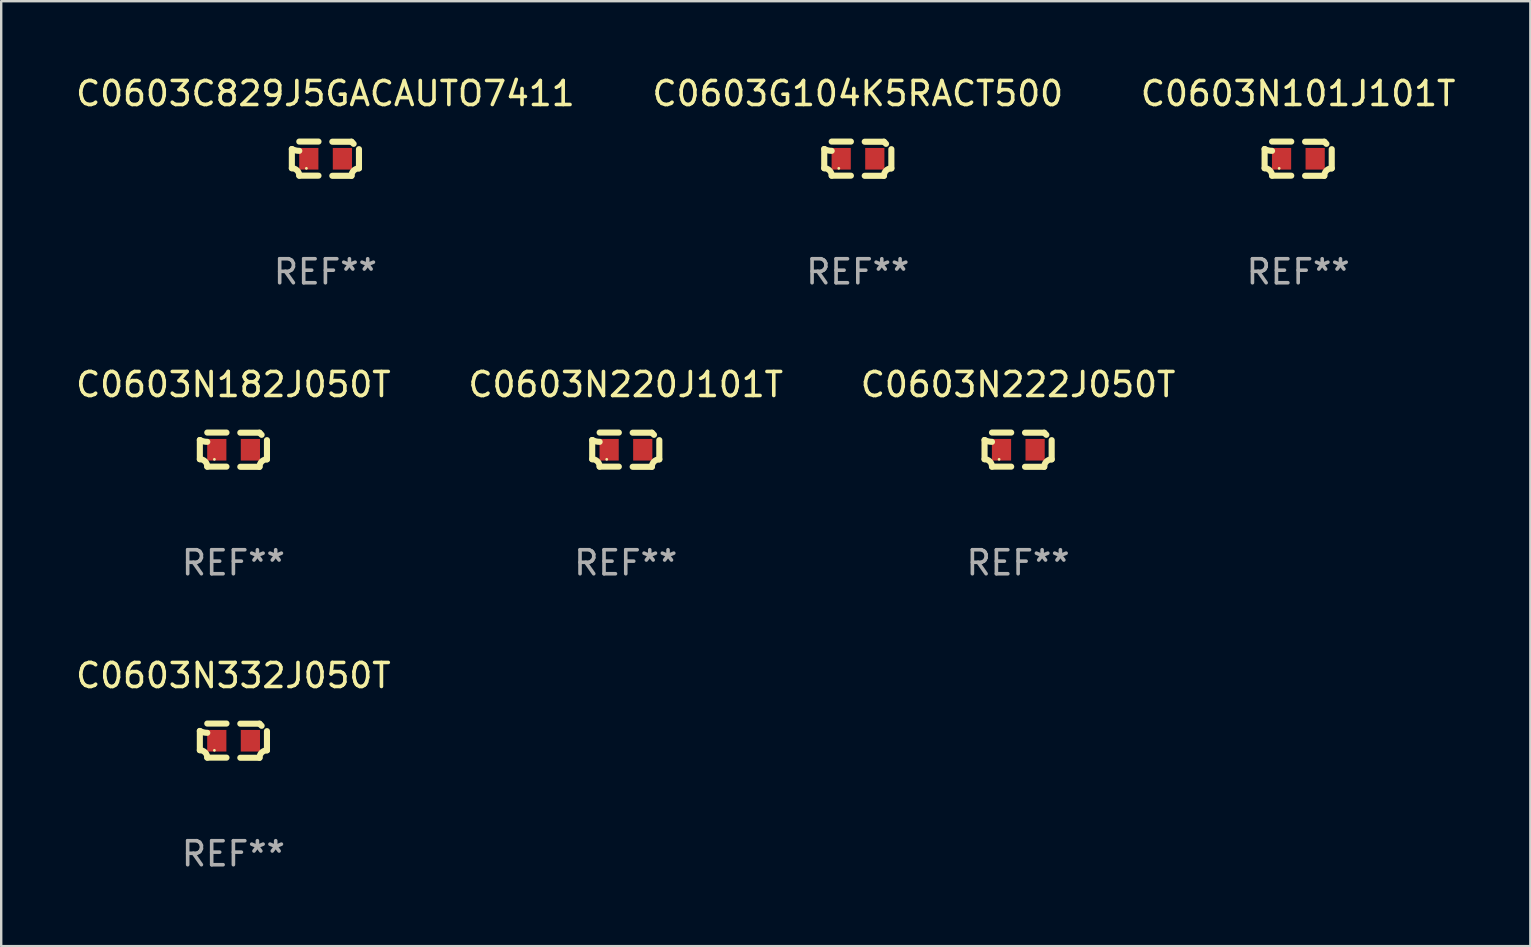
<source format=kicad_pcb>
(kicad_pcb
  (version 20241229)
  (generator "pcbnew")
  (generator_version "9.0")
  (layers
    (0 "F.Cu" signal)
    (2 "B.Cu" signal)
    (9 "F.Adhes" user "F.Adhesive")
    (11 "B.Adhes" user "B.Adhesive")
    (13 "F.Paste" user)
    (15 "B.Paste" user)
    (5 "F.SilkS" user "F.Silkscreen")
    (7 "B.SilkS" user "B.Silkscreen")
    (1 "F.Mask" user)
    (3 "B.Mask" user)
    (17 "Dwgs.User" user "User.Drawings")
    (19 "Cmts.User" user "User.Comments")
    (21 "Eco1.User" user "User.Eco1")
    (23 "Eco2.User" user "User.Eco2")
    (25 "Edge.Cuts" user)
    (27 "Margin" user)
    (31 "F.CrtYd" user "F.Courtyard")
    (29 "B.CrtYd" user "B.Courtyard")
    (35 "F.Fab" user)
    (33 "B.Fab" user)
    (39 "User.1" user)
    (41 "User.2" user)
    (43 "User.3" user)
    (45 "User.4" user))
  (footprint "C0603C829J5GACAUTO7411"
    (layer "F.Cu")
    (at 10.506 3.561)
    (property "Reference" "C0603C829J5GACAUTO7411" (at 0 -2.713 0) (layer "F.SilkS") (effects (font (size 1 1) (thickness 0.15))))
    (attr through_hole)
    (fp_line (start -1.398 -0.403) (end -1.398 0.397) (stroke (width 0.254) (type solid)) (layer "F.SilkS"))
    (fp_line (start -0.288 -0.713) (end -1.088 -0.713) (stroke (width 0.254) (type solid)) (layer "F.SilkS"))
    (fp_line (start -0.288 0.707) (end -1.088 0.707) (stroke (width 0.254) (type solid)) (layer "F.SilkS"))
    (fp_line (start 0.288 -0.707) (end 1.088 -0.707) (stroke (width 0.254) (type solid)) (layer "F.SilkS"))
    (fp_line (start 0.288 0.713) (end 1.088 0.713) (stroke (width 0.254) (type solid)) (layer "F.SilkS"))
    (fp_line (start 1.398 -0.397) (end 1.398 0.403) (stroke (width 0.254) (type solid)) (layer "F.SilkS"))
    (fp_arc (start -1.397789 0.397066) (mid -1.178701 0.487826) (end -1.08796 0.706922) (stroke (width 0.254001) (type solid)) (layer "F.SilkS"))
    (fp_arc (start -1.08796 -0.327176) (mid -1.247436 -0.346384) (end -1.39779 -0.402908) (stroke (width 0.254001) (type solid)) (layer "F.SilkS"))
    (fp_arc (start 1.087909 0.712738) (mid 1.178656 0.493655) (end 1.397739 0.402908) (stroke (width 0.254001) (type solid)) (layer "F.SilkS"))
    (fp_arc (start 1.175925 -0.618926) (mid 1.131917 -0.662923) (end 1.08791 -0.706922) (stroke (width 0.254001) (type solid)) (layer "F.SilkS"))
    (fp_circle (center -0.792 0.403) (end -0.762 0.403) (stroke (width 0.06) (type solid)) (fill no) (layer "F.SilkS"))
    (fp_text user "REF**" (at 0 4.713 0) (layer "F.Fab") (effects (font (size 1 1) (thickness 0.15))))
    (pad "1" smd rect (at -0.692 0.003) (size 0.8 0.9) (layers "F.Cu" "F.Mask" "F.Paste"))
    (pad "2" smd rect (at 0.708 0.003) (size 0.8 0.9) (layers "F.Cu" "F.Mask" "F.Paste")))
  (footprint "C0603N332J050T"
    (layer "F.Cu")
    (at 6.673 27.805)
    (property "Reference" "C0603N332J050T" (at 0 -2.713 0) (layer "F.SilkS") (effects (font (size 1 1) (thickness 0.15))))
    (attr through_hole)
    (fp_line (start -1.398 -0.403) (end -1.398 0.397) (stroke (width 0.254) (type solid)) (layer "F.SilkS"))
    (fp_line (start -0.288 -0.713) (end -1.088 -0.713) (stroke (width 0.254) (type solid)) (layer "F.SilkS"))
    (fp_line (start -0.288 0.707) (end -1.088 0.707) (stroke (width 0.254) (type solid)) (layer "F.SilkS"))
    (fp_line (start 0.288 -0.707) (end 1.088 -0.707) (stroke (width 0.254) (type solid)) (layer "F.SilkS"))
    (fp_line (start 0.288 0.713) (end 1.088 0.713) (stroke (width 0.254) (type solid)) (layer "F.SilkS"))
    (fp_line (start 1.398 -0.397) (end 1.398 0.403) (stroke (width 0.254) (type solid)) (layer "F.SilkS"))
    (fp_arc (start -1.397789 0.397066) (mid -1.178701 0.487826) (end -1.08796 0.706922) (stroke (width 0.254001) (type solid)) (layer "F.SilkS"))
    (fp_arc (start -1.08796 -0.327176) (mid -1.247436 -0.346384) (end -1.39779 -0.402908) (stroke (width 0.254001) (type solid)) (layer "F.SilkS"))
    (fp_arc (start 1.087909 0.712738) (mid 1.178656 0.493655) (end 1.397739 0.402908) (stroke (width 0.254001) (type solid)) (layer "F.SilkS"))
    (fp_arc (start 1.175925 -0.618926) (mid 1.131917 -0.662923) (end 1.08791 -0.706922) (stroke (width 0.254001) (type solid)) (layer "F.SilkS"))
    (fp_circle (center -0.792 0.403) (end -0.762 0.403) (stroke (width 0.06) (type solid)) (fill no) (layer "F.SilkS"))
    (fp_text user "REF**" (at 0 4.713 0) (layer "F.Fab") (effects (font (size 1 1) (thickness 0.15))))
    (pad "1" smd rect (at -0.692 0.003) (size 0.8 0.9) (layers "F.Cu" "F.Mask" "F.Paste"))
    (pad "2" smd rect (at 0.708 0.003) (size 0.8 0.9) (layers "F.Cu" "F.Mask" "F.Paste")))
  (footprint "C0603G104K5RACT500"
    (layer "F.Cu")
    (at 32.685 3.561)
    (property "Reference" "C0603G104K5RACT500" (at 0 -2.713 0) (layer "F.SilkS") (effects (font (size 1 1) (thickness 0.15))))
    (attr through_hole)
    (fp_line (start -1.398 -0.403) (end -1.398 0.397) (stroke (width 0.254) (type solid)) (layer "F.SilkS"))
    (fp_line (start -0.288 -0.713) (end -1.088 -0.713) (stroke (width 0.254) (type solid)) (layer "F.SilkS"))
    (fp_line (start -0.288 0.707) (end -1.088 0.707) (stroke (width 0.254) (type solid)) (layer "F.SilkS"))
    (fp_line (start 0.288 -0.707) (end 1.088 -0.707) (stroke (width 0.254) (type solid)) (layer "F.SilkS"))
    (fp_line (start 0.288 0.713) (end 1.088 0.713) (stroke (width 0.254) (type solid)) (layer "F.SilkS"))
    (fp_line (start 1.398 -0.397) (end 1.398 0.403) (stroke (width 0.254) (type solid)) (layer "F.SilkS"))
    (fp_arc (start -1.397789 0.397066) (mid -1.178701 0.487826) (end -1.08796 0.706922) (stroke (width 0.254001) (type solid)) (layer "F.SilkS"))
    (fp_arc (start -1.08796 -0.327176) (mid -1.247436 -0.346384) (end -1.39779 -0.402908) (stroke (width 0.254001) (type solid)) (layer "F.SilkS"))
    (fp_arc (start 1.087909 0.712738) (mid 1.178656 0.493655) (end 1.397739 0.402908) (stroke (width 0.254001) (type solid)) (layer "F.SilkS"))
    (fp_arc (start 1.175925 -0.618926) (mid 1.131917 -0.662923) (end 1.08791 -0.706922) (stroke (width 0.254001) (type solid)) (layer "F.SilkS"))
    (fp_circle (center -0.792 0.403) (end -0.762 0.403) (stroke (width 0.06) (type solid)) (fill no) (layer "F.SilkS"))
    (fp_text user "REF**" (at 0 4.713 0) (layer "F.Fab") (effects (font (size 1 1) (thickness 0.15))))
    (pad "1" smd rect (at -0.692 0.003) (size 0.8 0.9) (layers "F.Cu" "F.Mask" "F.Paste"))
    (pad "2" smd rect (at 0.708 0.003) (size 0.8 0.9) (layers "F.Cu" "F.Mask" "F.Paste")))
  (footprint "C0603N222J050T"
    (layer "F.Cu")
    (at 39.363 15.683)
    (property "Reference" "C0603N222J050T" (at 0 -2.713 0) (layer "F.SilkS") (effects (font (size 1 1) (thickness 0.15))))
    (attr through_hole)
    (fp_line (start -1.398 -0.403) (end -1.398 0.397) (stroke (width 0.254) (type solid)) (layer "F.SilkS"))
    (fp_line (start -0.288 -0.713) (end -1.088 -0.713) (stroke (width 0.254) (type solid)) (layer "F.SilkS"))
    (fp_line (start -0.288 0.707) (end -1.088 0.707) (stroke (width 0.254) (type solid)) (layer "F.SilkS"))
    (fp_line (start 0.288 -0.707) (end 1.088 -0.707) (stroke (width 0.254) (type solid)) (layer "F.SilkS"))
    (fp_line (start 0.288 0.713) (end 1.088 0.713) (stroke (width 0.254) (type solid)) (layer "F.SilkS"))
    (fp_line (start 1.398 -0.397) (end 1.398 0.403) (stroke (width 0.254) (type solid)) (layer "F.SilkS"))
    (fp_arc (start -1.397789 0.397066) (mid -1.178701 0.487826) (end -1.08796 0.706922) (stroke (width 0.254001) (type solid)) (layer "F.SilkS"))
    (fp_arc (start -1.08796 -0.327176) (mid -1.247436 -0.346384) (end -1.39779 -0.402908) (stroke (width 0.254001) (type solid)) (layer "F.SilkS"))
    (fp_arc (start 1.087909 0.712738) (mid 1.178656 0.493655) (end 1.397739 0.402908) (stroke (width 0.254001) (type solid)) (layer "F.SilkS"))
    (fp_arc (start 1.175925 -0.618926) (mid 1.131917 -0.662923) (end 1.08791 -0.706922) (stroke (width 0.254001) (type solid)) (layer "F.SilkS"))
    (fp_circle (center -0.792 0.403) (end -0.762 0.403) (stroke (width 0.06) (type solid)) (fill no) (layer "F.SilkS"))
    (fp_text user "REF**" (at 0 4.713 0) (layer "F.Fab") (effects (font (size 1 1) (thickness 0.15))))
    (pad "1" smd rect (at -0.692 0.003) (size 0.8 0.9) (layers "F.Cu" "F.Mask" "F.Paste"))
    (pad "2" smd rect (at 0.708 0.003) (size 0.8 0.9) (layers "F.Cu" "F.Mask" "F.Paste")))
  (footprint "C0603N101J101T"
    (layer "F.Cu")
    (at 51.03 3.561)
    (property "Reference" "C0603N101J101T" (at 0 -2.713 0) (layer "F.SilkS") (effects (font (size 1 1) (thickness 0.15))))
    (attr through_hole)
    (fp_line (start -1.398 -0.403) (end -1.398 0.397) (stroke (width 0.254) (type solid)) (layer "F.SilkS"))
    (fp_line (start -0.288 -0.713) (end -1.088 -0.713) (stroke (width 0.254) (type solid)) (layer "F.SilkS"))
    (fp_line (start -0.288 0.707) (end -1.088 0.707) (stroke (width 0.254) (type solid)) (layer "F.SilkS"))
    (fp_line (start 0.288 -0.707) (end 1.088 -0.707) (stroke (width 0.254) (type solid)) (layer "F.SilkS"))
    (fp_line (start 0.288 0.713) (end 1.088 0.713) (stroke (width 0.254) (type solid)) (layer "F.SilkS"))
    (fp_line (start 1.398 -0.397) (end 1.398 0.403) (stroke (width 0.254) (type solid)) (layer "F.SilkS"))
    (fp_arc (start -1.397789 0.397066) (mid -1.178701 0.487826) (end -1.08796 0.706922) (stroke (width 0.254001) (type solid)) (layer "F.SilkS"))
    (fp_arc (start -1.08796 -0.327176) (mid -1.247436 -0.346384) (end -1.39779 -0.402908) (stroke (width 0.254001) (type solid)) (layer "F.SilkS"))
    (fp_arc (start 1.087909 0.712738) (mid 1.178656 0.493655) (end 1.397739 0.402908) (stroke (width 0.254001) (type solid)) (layer "F.SilkS"))
    (fp_arc (start 1.175925 -0.618926) (mid 1.131917 -0.662923) (end 1.08791 -0.706922) (stroke (width 0.254001) (type solid)) (layer "F.SilkS"))
    (fp_circle (center -0.792 0.403) (end -0.762 0.403) (stroke (width 0.06) (type solid)) (fill no) (layer "F.SilkS"))
    (fp_text user "REF**" (at 0 4.713 0) (layer "F.Fab") (effects (font (size 1 1) (thickness 0.15))))
    (pad "1" smd rect (at -0.692 0.003) (size 0.8 0.9) (layers "F.Cu" "F.Mask" "F.Paste"))
    (pad "2" smd rect (at 0.708 0.003) (size 0.8 0.9) (layers "F.Cu" "F.Mask" "F.Paste")))
  (footprint "C0603N220J101T"
    (layer "F.Cu")
    (at 23.018 15.683)
    (property "Reference" "C0603N220J101T" (at 0 -2.713 0) (layer "F.SilkS") (effects (font (size 1 1) (thickness 0.15))))
    (attr through_hole)
    (fp_line (start -1.398 -0.403) (end -1.398 0.397) (stroke (width 0.254) (type solid)) (layer "F.SilkS"))
    (fp_line (start -0.288 -0.713) (end -1.088 -0.713) (stroke (width 0.254) (type solid)) (layer "F.SilkS"))
    (fp_line (start -0.288 0.707) (end -1.088 0.707) (stroke (width 0.254) (type solid)) (layer "F.SilkS"))
    (fp_line (start 0.288 -0.707) (end 1.088 -0.707) (stroke (width 0.254) (type solid)) (layer "F.SilkS"))
    (fp_line (start 0.288 0.713) (end 1.088 0.713) (stroke (width 0.254) (type solid)) (layer "F.SilkS"))
    (fp_line (start 1.398 -0.397) (end 1.398 0.403) (stroke (width 0.254) (type solid)) (layer "F.SilkS"))
    (fp_arc (start -1.397789 0.397066) (mid -1.178701 0.487826) (end -1.08796 0.706922) (stroke (width 0.254001) (type solid)) (layer "F.SilkS"))
    (fp_arc (start -1.08796 -0.327176) (mid -1.247436 -0.346384) (end -1.39779 -0.402908) (stroke (width 0.254001) (type solid)) (layer "F.SilkS"))
    (fp_arc (start 1.087909 0.712738) (mid 1.178656 0.493655) (end 1.397739 0.402908) (stroke (width 0.254001) (type solid)) (layer "F.SilkS"))
    (fp_arc (start 1.175925 -0.618926) (mid 1.131917 -0.662923) (end 1.08791 -0.706922) (stroke (width 0.254001) (type solid)) (layer "F.SilkS"))
    (fp_circle (center -0.792 0.403) (end -0.762 0.403) (stroke (width 0.06) (type solid)) (fill no) (layer "F.SilkS"))
    (fp_text user "REF**" (at 0 4.713 0) (layer "F.Fab") (effects (font (size 1 1) (thickness 0.15))))
    (pad "1" smd rect (at -0.692 0.003) (size 0.8 0.9) (layers "F.Cu" "F.Mask" "F.Paste"))
    (pad "2" smd rect (at 0.708 0.003) (size 0.8 0.9) (layers "F.Cu" "F.Mask" "F.Paste")))
  (footprint "C0603N182J050T"
    (layer "F.Cu")
    (at 6.673 15.683)
    (property "Reference" "C0603N182J050T" (at 0 -2.713 0) (layer "F.SilkS") (effects (font (size 1 1) (thickness 0.15))))
    (attr through_hole)
    (fp_line (start -1.398 -0.403) (end -1.398 0.397) (stroke (width 0.254) (type solid)) (layer "F.SilkS"))
    (fp_line (start -0.288 -0.713) (end -1.088 -0.713) (stroke (width 0.254) (type solid)) (layer "F.SilkS"))
    (fp_line (start -0.288 0.707) (end -1.088 0.707) (stroke (width 0.254) (type solid)) (layer "F.SilkS"))
    (fp_line (start 0.288 -0.707) (end 1.088 -0.707) (stroke (width 0.254) (type solid)) (layer "F.SilkS"))
    (fp_line (start 0.288 0.713) (end 1.088 0.713) (stroke (width 0.254) (type solid)) (layer "F.SilkS"))
    (fp_line (start 1.398 -0.397) (end 1.398 0.403) (stroke (width 0.254) (type solid)) (layer "F.SilkS"))
    (fp_arc (start -1.397789 0.397066) (mid -1.178701 0.487826) (end -1.08796 0.706922) (stroke (width 0.254001) (type solid)) (layer "F.SilkS"))
    (fp_arc (start -1.08796 -0.327176) (mid -1.247436 -0.346384) (end -1.39779 -0.402908) (stroke (width 0.254001) (type solid)) (layer "F.SilkS"))
    (fp_arc (start 1.087909 0.712738) (mid 1.178656 0.493655) (end 1.397739 0.402908) (stroke (width 0.254001) (type solid)) (layer "F.SilkS"))
    (fp_arc (start 1.175925 -0.618926) (mid 1.131917 -0.662923) (end 1.08791 -0.706922) (stroke (width 0.254001) (type solid)) (layer "F.SilkS"))
    (fp_circle (center -0.792 0.403) (end -0.762 0.403) (stroke (width 0.06) (type solid)) (fill no) (layer "F.SilkS"))
    (fp_text user "REF**" (at 0 4.713 0) (layer "F.Fab") (effects (font (size 1 1) (thickness 0.15))))
    (pad "1" smd rect (at -0.692 0.003) (size 0.8 0.9) (layers "F.Cu" "F.Mask" "F.Paste"))
    (pad "2" smd rect (at 0.708 0.003) (size 0.8 0.9) (layers "F.Cu" "F.Mask" "F.Paste")))
  (gr_rect
    (start -3 -3)
    (end 60.702 36.366)
    (stroke (width 0.1) (type default))
    (fill no)
    (layer "Edge.Cuts")))
</source>
